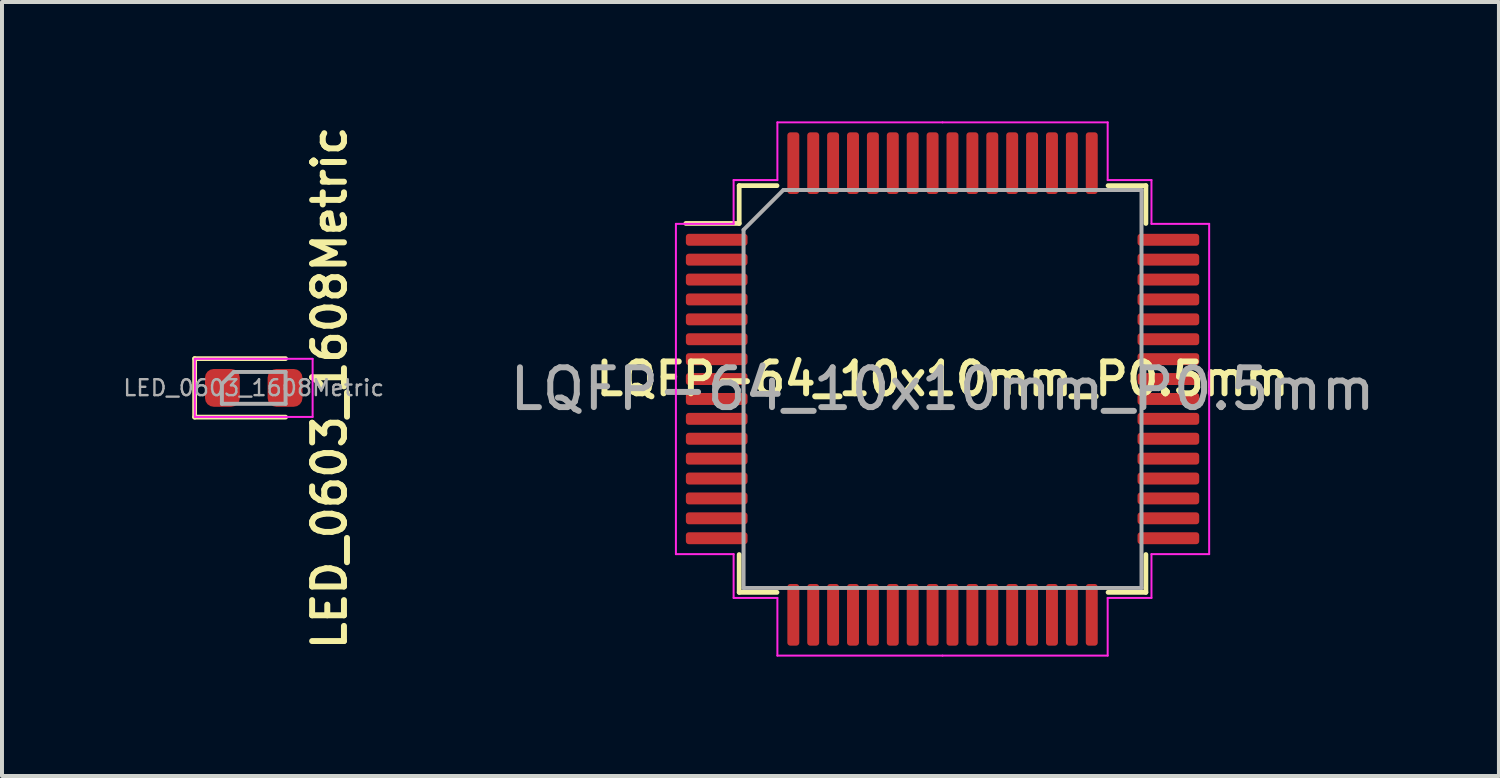
<source format=kicad_pcb>
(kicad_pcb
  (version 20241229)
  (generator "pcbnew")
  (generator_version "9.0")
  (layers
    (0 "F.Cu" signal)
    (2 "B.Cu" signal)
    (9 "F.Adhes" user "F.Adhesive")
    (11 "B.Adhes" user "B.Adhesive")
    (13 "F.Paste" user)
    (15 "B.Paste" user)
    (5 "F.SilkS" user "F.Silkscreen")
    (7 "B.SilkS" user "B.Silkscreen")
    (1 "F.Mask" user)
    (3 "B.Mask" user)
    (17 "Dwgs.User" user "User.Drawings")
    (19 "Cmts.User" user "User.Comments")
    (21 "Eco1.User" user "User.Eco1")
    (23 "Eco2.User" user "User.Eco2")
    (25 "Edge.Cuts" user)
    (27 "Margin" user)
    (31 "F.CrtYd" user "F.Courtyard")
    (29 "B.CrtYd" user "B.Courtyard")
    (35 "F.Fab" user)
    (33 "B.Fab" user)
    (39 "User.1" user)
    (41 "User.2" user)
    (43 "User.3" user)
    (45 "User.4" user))
  (footprint "LQFP-64_10x10mm_P0.5mm"
    (layer "F.Cu")
    (at 20.635 6.725)
    (property "Reference" "LQFP-64_10x10mm_P0.5mm" (at 0 -0.254 180) (layer "F.SilkS") (effects (font (size 0.8 0.8) (thickness 0.15))))
    (attr smd)
    (fp_line (start -5.11 -5.11) (end -5.11 -4.16) (stroke (width 0.12) (type solid)) (layer "F.SilkS"))
    (fp_line (start -5.11 -4.16) (end -6.45 -4.16) (stroke (width 0.12) (type solid)) (layer "F.SilkS"))
    (fp_line (start -5.11 5.11) (end -5.11 4.16) (stroke (width 0.12) (type solid)) (layer "F.SilkS"))
    (fp_line (start -4.16 -5.11) (end -5.11 -5.11) (stroke (width 0.12) (type solid)) (layer "F.SilkS"))
    (fp_line (start -4.16 5.11) (end -5.11 5.11) (stroke (width 0.12) (type solid)) (layer "F.SilkS"))
    (fp_line (start 4.16 -5.11) (end 5.11 -5.11) (stroke (width 0.12) (type solid)) (layer "F.SilkS"))
    (fp_line (start 4.16 5.11) (end 5.11 5.11) (stroke (width 0.12) (type solid)) (layer "F.SilkS"))
    (fp_line (start 5.11 -5.11) (end 5.11 -4.16) (stroke (width 0.12) (type solid)) (layer "F.SilkS"))
    (fp_line (start 5.11 5.11) (end 5.11 4.16) (stroke (width 0.12) (type solid)) (layer "F.SilkS"))
    (fp_line (start -6.7 -4.15) (end -6.7 0) (stroke (width 0.05) (type solid)) (layer "F.CrtYd"))
    (fp_line (start -6.7 4.15) (end -6.7 0) (stroke (width 0.05) (type solid)) (layer "F.CrtYd"))
    (fp_line (start -5.25 -5.25) (end -5.25 -4.15) (stroke (width 0.05) (type solid)) (layer "F.CrtYd"))
    (fp_line (start -5.25 -4.15) (end -6.7 -4.15) (stroke (width 0.05) (type solid)) (layer "F.CrtYd"))
    (fp_line (start -5.25 4.15) (end -6.7 4.15) (stroke (width 0.05) (type solid)) (layer "F.CrtYd"))
    (fp_line (start -5.25 5.25) (end -5.25 4.15) (stroke (width 0.05) (type solid)) (layer "F.CrtYd"))
    (fp_line (start -4.15 -6.7) (end -4.15 -5.25) (stroke (width 0.05) (type solid)) (layer "F.CrtYd"))
    (fp_line (start -4.15 -5.25) (end -5.25 -5.25) (stroke (width 0.05) (type solid)) (layer "F.CrtYd"))
    (fp_line (start -4.15 5.25) (end -5.25 5.25) (stroke (width 0.05) (type solid)) (layer "F.CrtYd"))
    (fp_line (start -4.15 6.7) (end -4.15 5.25) (stroke (width 0.05) (type solid)) (layer "F.CrtYd"))
    (fp_line (start 0 -6.7) (end -4.15 -6.7) (stroke (width 0.05) (type solid)) (layer "F.CrtYd"))
    (fp_line (start 0 -6.7) (end 4.15 -6.7) (stroke (width 0.05) (type solid)) (layer "F.CrtYd"))
    (fp_line (start 0 6.7) (end -4.15 6.7) (stroke (width 0.05) (type solid)) (layer "F.CrtYd"))
    (fp_line (start 0 6.7) (end 4.15 6.7) (stroke (width 0.05) (type solid)) (layer "F.CrtYd"))
    (fp_line (start 4.15 -6.7) (end 4.15 -5.25) (stroke (width 0.05) (type solid)) (layer "F.CrtYd"))
    (fp_line (start 4.15 -5.25) (end 5.25 -5.25) (stroke (width 0.05) (type solid)) (layer "F.CrtYd"))
    (fp_line (start 4.15 5.25) (end 5.25 5.25) (stroke (width 0.05) (type solid)) (layer "F.CrtYd"))
    (fp_line (start 4.15 6.7) (end 4.15 5.25) (stroke (width 0.05) (type solid)) (layer "F.CrtYd"))
    (fp_line (start 5.25 -5.25) (end 5.25 -4.15) (stroke (width 0.05) (type solid)) (layer "F.CrtYd"))
    (fp_line (start 5.25 -4.15) (end 6.7 -4.15) (stroke (width 0.05) (type solid)) (layer "F.CrtYd"))
    (fp_line (start 5.25 4.15) (end 6.7 4.15) (stroke (width 0.05) (type solid)) (layer "F.CrtYd"))
    (fp_line (start 5.25 5.25) (end 5.25 4.15) (stroke (width 0.05) (type solid)) (layer "F.CrtYd"))
    (fp_line (start 6.7 -4.15) (end 6.7 0) (stroke (width 0.05) (type solid)) (layer "F.CrtYd"))
    (fp_line (start 6.7 4.15) (end 6.7 0) (stroke (width 0.05) (type solid)) (layer "F.CrtYd"))
    (fp_line (start -5 -4) (end -4 -5) (stroke (width 0.1) (type solid)) (layer "F.Fab"))
    (fp_line (start -5 5) (end -5 -4) (stroke (width 0.1) (type solid)) (layer "F.Fab"))
    (fp_line (start -4 -5) (end 5 -5) (stroke (width 0.1) (type solid)) (layer "F.Fab"))
    (fp_line (start 5 -5) (end 5 5) (stroke (width 0.1) (type solid)) (layer "F.Fab"))
    (fp_line (start 5 5) (end -5 5) (stroke (width 0.1) (type solid)) (layer "F.Fab"))
    (fp_text user "${REFERENCE}" (at 0 0 180) (layer "F.Fab") (effects (font (size 1 1) (thickness 0.15))))
    (pad "1" smd roundrect (at -5.675 -3.75) (size 1.55 0.3) (layers "F.Cu" "F.Mask" "F.Paste") (roundrect_rratio 0.25))
    (pad "2" smd roundrect (at -5.675 -3.25) (size 1.55 0.3) (layers "F.Cu" "F.Mask" "F.Paste") (roundrect_rratio 0.25))
    (pad "3" smd roundrect (at -5.675 -2.75) (size 1.55 0.3) (layers "F.Cu" "F.Mask" "F.Paste") (roundrect_rratio 0.25))
    (pad "4" smd roundrect (at -5.675 -2.25) (size 1.55 0.3) (layers "F.Cu" "F.Mask" "F.Paste") (roundrect_rratio 0.25))
    (pad "5" smd roundrect (at -5.675 -1.75) (size 1.55 0.3) (layers "F.Cu" "F.Mask" "F.Paste") (roundrect_rratio 0.25))
    (pad "6" smd roundrect (at -5.675 -1.25) (size 1.55 0.3) (layers "F.Cu" "F.Mask" "F.Paste") (roundrect_rratio 0.25))
    (pad "7" smd roundrect (at -5.675 -0.75) (size 1.55 0.3) (layers "F.Cu" "F.Mask" "F.Paste") (roundrect_rratio 0.25))
    (pad "8" smd roundrect (at -5.675 -0.25) (size 1.55 0.3) (layers "F.Cu" "F.Mask" "F.Paste") (roundrect_rratio 0.25))
    (pad "9" smd roundrect (at -5.675 0.25) (size 1.55 0.3) (layers "F.Cu" "F.Mask" "F.Paste") (roundrect_rratio 0.25))
    (pad "10" smd roundrect (at -5.675 0.75) (size 1.55 0.3) (layers "F.Cu" "F.Mask" "F.Paste") (roundrect_rratio 0.25))
    (pad "11" smd roundrect (at -5.675 1.25) (size 1.55 0.3) (layers "F.Cu" "F.Mask" "F.Paste") (roundrect_rratio 0.25))
    (pad "12" smd roundrect (at -5.675 1.75) (size 1.55 0.3) (layers "F.Cu" "F.Mask" "F.Paste") (roundrect_rratio 0.25))
    (pad "13" smd roundrect (at -5.675 2.25) (size 1.55 0.3) (layers "F.Cu" "F.Mask" "F.Paste") (roundrect_rratio 0.25))
    (pad "14" smd roundrect (at -5.675 2.75) (size 1.55 0.3) (layers "F.Cu" "F.Mask" "F.Paste") (roundrect_rratio 0.25))
    (pad "15" smd roundrect (at -5.675 3.25) (size 1.55 0.3) (layers "F.Cu" "F.Mask" "F.Paste") (roundrect_rratio 0.25))
    (pad "16" smd roundrect (at -5.675 3.75) (size 1.55 0.3) (layers "F.Cu" "F.Mask" "F.Paste") (roundrect_rratio 0.25))
    (pad "17" smd roundrect (at -3.75 5.675) (size 0.3 1.55) (layers "F.Cu" "F.Mask" "F.Paste") (roundrect_rratio 0.25))
    (pad "18" smd roundrect (at -3.25 5.675) (size 0.3 1.55) (layers "F.Cu" "F.Mask" "F.Paste") (roundrect_rratio 0.25))
    (pad "19" smd roundrect (at -2.75 5.675) (size 0.3 1.55) (layers "F.Cu" "F.Mask" "F.Paste") (roundrect_rratio 0.25))
    (pad "20" smd roundrect (at -2.25 5.675) (size 0.3 1.55) (layers "F.Cu" "F.Mask" "F.Paste") (roundrect_rratio 0.25))
    (pad "21" smd roundrect (at -1.75 5.675) (size 0.3 1.55) (layers "F.Cu" "F.Mask" "F.Paste") (roundrect_rratio 0.25))
    (pad "22" smd roundrect (at -1.25 5.675) (size 0.3 1.55) (layers "F.Cu" "F.Mask" "F.Paste") (roundrect_rratio 0.25))
    (pad "23" smd roundrect (at -0.75 5.675) (size 0.3 1.55) (layers "F.Cu" "F.Mask" "F.Paste") (roundrect_rratio 0.25))
    (pad "24" smd roundrect (at -0.25 5.675) (size 0.3 1.55) (layers "F.Cu" "F.Mask" "F.Paste") (roundrect_rratio 0.25))
    (pad "25" smd roundrect (at 0.25 5.675) (size 0.3 1.55) (layers "F.Cu" "F.Mask" "F.Paste") (roundrect_rratio 0.25))
    (pad "26" smd roundrect (at 0.75 5.675) (size 0.3 1.55) (layers "F.Cu" "F.Mask" "F.Paste") (roundrect_rratio 0.25))
    (pad "27" smd roundrect (at 1.25 5.675) (size 0.3 1.55) (layers "F.Cu" "F.Mask" "F.Paste") (roundrect_rratio 0.25))
    (pad "28" smd roundrect (at 1.75 5.675) (size 0.3 1.55) (layers "F.Cu" "F.Mask" "F.Paste") (roundrect_rratio 0.25))
    (pad "29" smd roundrect (at 2.25 5.675) (size 0.3 1.55) (layers "F.Cu" "F.Mask" "F.Paste") (roundrect_rratio 0.25))
    (pad "30" smd roundrect (at 2.75 5.675) (size 0.3 1.55) (layers "F.Cu" "F.Mask" "F.Paste") (roundrect_rratio 0.25))
    (pad "31" smd roundrect (at 3.25 5.675) (size 0.3 1.55) (layers "F.Cu" "F.Mask" "F.Paste") (roundrect_rratio 0.25))
    (pad "32" smd roundrect (at 3.75 5.675) (size 0.3 1.55) (layers "F.Cu" "F.Mask" "F.Paste") (roundrect_rratio 0.25))
    (pad "33" smd roundrect (at 5.675 3.75) (size 1.55 0.3) (layers "F.Cu" "F.Mask" "F.Paste") (roundrect_rratio 0.25))
    (pad "34" smd roundrect (at 5.675 3.25) (size 1.55 0.3) (layers "F.Cu" "F.Mask" "F.Paste") (roundrect_rratio 0.25))
    (pad "35" smd roundrect (at 5.675 2.75) (size 1.55 0.3) (layers "F.Cu" "F.Mask" "F.Paste") (roundrect_rratio 0.25))
    (pad "36" smd roundrect (at 5.675 2.25) (size 1.55 0.3) (layers "F.Cu" "F.Mask" "F.Paste") (roundrect_rratio 0.25))
    (pad "37" smd roundrect (at 5.675 1.75) (size 1.55 0.3) (layers "F.Cu" "F.Mask" "F.Paste") (roundrect_rratio 0.25))
    (pad "38" smd roundrect (at 5.675 1.25) (size 1.55 0.3) (layers "F.Cu" "F.Mask" "F.Paste") (roundrect_rratio 0.25))
    (pad "39" smd roundrect (at 5.675 0.75) (size 1.55 0.3) (layers "F.Cu" "F.Mask" "F.Paste") (roundrect_rratio 0.25))
    (pad "40" smd roundrect (at 5.675 0.25) (size 1.55 0.3) (layers "F.Cu" "F.Mask" "F.Paste") (roundrect_rratio 0.25))
    (pad "41" smd roundrect (at 5.675 -0.25) (size 1.55 0.3) (layers "F.Cu" "F.Mask" "F.Paste") (roundrect_rratio 0.25))
    (pad "42" smd roundrect (at 5.675 -0.75) (size 1.55 0.3) (layers "F.Cu" "F.Mask" "F.Paste") (roundrect_rratio 0.25))
    (pad "43" smd roundrect (at 5.675 -1.25) (size 1.55 0.3) (layers "F.Cu" "F.Mask" "F.Paste") (roundrect_rratio 0.25))
    (pad "44" smd roundrect (at 5.675 -1.75) (size 1.55 0.3) (layers "F.Cu" "F.Mask" "F.Paste") (roundrect_rratio 0.25))
    (pad "45" smd roundrect (at 5.675 -2.25) (size 1.55 0.3) (layers "F.Cu" "F.Mask" "F.Paste") (roundrect_rratio 0.25))
    (pad "46" smd roundrect (at 5.675 -2.75) (size 1.55 0.3) (layers "F.Cu" "F.Mask" "F.Paste") (roundrect_rratio 0.25))
    (pad "47" smd roundrect (at 5.675 -3.25) (size 1.55 0.3) (layers "F.Cu" "F.Mask" "F.Paste") (roundrect_rratio 0.25))
    (pad "48" smd roundrect (at 5.675 -3.75) (size 1.55 0.3) (layers "F.Cu" "F.Mask" "F.Paste") (roundrect_rratio 0.25))
    (pad "49" smd roundrect (at 3.75 -5.675) (size 0.3 1.55) (layers "F.Cu" "F.Mask" "F.Paste") (roundrect_rratio 0.25))
    (pad "50" smd roundrect (at 3.25 -5.675) (size 0.3 1.55) (layers "F.Cu" "F.Mask" "F.Paste") (roundrect_rratio 0.25))
    (pad "51" smd roundrect (at 2.75 -5.675) (size 0.3 1.55) (layers "F.Cu" "F.Mask" "F.Paste") (roundrect_rratio 0.25))
    (pad "52" smd roundrect (at 2.25 -5.675) (size 0.3 1.55) (layers "F.Cu" "F.Mask" "F.Paste") (roundrect_rratio 0.25))
    (pad "53" smd roundrect (at 1.75 -5.675) (size 0.3 1.55) (layers "F.Cu" "F.Mask" "F.Paste") (roundrect_rratio 0.25))
    (pad "54" smd roundrect (at 1.25 -5.675) (size 0.3 1.55) (layers "F.Cu" "F.Mask" "F.Paste") (roundrect_rratio 0.25))
    (pad "55" smd roundrect (at 0.75 -5.675) (size 0.3 1.55) (layers "F.Cu" "F.Mask" "F.Paste") (roundrect_rratio 0.25))
    (pad "56" smd roundrect (at 0.25 -5.675) (size 0.3 1.55) (layers "F.Cu" "F.Mask" "F.Paste") (roundrect_rratio 0.25))
    (pad "57" smd roundrect (at -0.25 -5.675) (size 0.3 1.55) (layers "F.Cu" "F.Mask" "F.Paste") (roundrect_rratio 0.25))
    (pad "58" smd roundrect (at -0.75 -5.675) (size 0.3 1.55) (layers "F.Cu" "F.Mask" "F.Paste") (roundrect_rratio 0.25))
    (pad "59" smd roundrect (at -1.25 -5.675) (size 0.3 1.55) (layers "F.Cu" "F.Mask" "F.Paste") (roundrect_rratio 0.25))
    (pad "60" smd roundrect (at -1.75 -5.675) (size 0.3 1.55) (layers "F.Cu" "F.Mask" "F.Paste") (roundrect_rratio 0.25))
    (pad "61" smd roundrect (at -2.25 -5.675) (size 0.3 1.55) (layers "F.Cu" "F.Mask" "F.Paste") (roundrect_rratio 0.25))
    (pad "62" smd roundrect (at -2.75 -5.675) (size 0.3 1.55) (layers "F.Cu" "F.Mask" "F.Paste") (roundrect_rratio 0.25))
    (pad "63" smd roundrect (at -3.25 -5.675) (size 0.3 1.55) (layers "F.Cu" "F.Mask" "F.Paste") (roundrect_rratio 0.25))
    (pad "64" smd roundrect (at -3.75 -5.675) (size 0.3 1.55) (layers "F.Cu" "F.Mask" "F.Paste") (roundrect_rratio 0.25)))
  (footprint "LED_0603_1608Metric"
    (layer "F.Cu")
    (at 3.326 6.697)
    (property "Reference" "LED_0603_1608Metric" (at 1.905 0 270) (layer "F.SilkS") (effects (font (size 0.8 0.8) (thickness 0.15))))
    (attr smd)
    (fp_line (start -1.485 -0.735) (end -1.485 0.735) (stroke (width 0.12) (type solid)) (layer "F.SilkS"))
    (fp_line (start -1.485 0.735) (end 0.8 0.735) (stroke (width 0.12) (type solid)) (layer "F.SilkS"))
    (fp_line (start 0.8 -0.735) (end -1.485 -0.735) (stroke (width 0.12) (type solid)) (layer "F.SilkS"))
    (fp_line (start -1.48 -0.73) (end 1.48 -0.73) (stroke (width 0.05) (type solid)) (layer "F.CrtYd"))
    (fp_line (start -1.48 0.73) (end -1.48 -0.73) (stroke (width 0.05) (type solid)) (layer "F.CrtYd"))
    (fp_line (start 1.48 -0.73) (end 1.48 0.73) (stroke (width 0.05) (type solid)) (layer "F.CrtYd"))
    (fp_line (start 1.48 0.73) (end -1.48 0.73) (stroke (width 0.05) (type solid)) (layer "F.CrtYd"))
    (fp_line (start -0.8 -0.1) (end -0.8 0.4) (stroke (width 0.1) (type solid)) (layer "F.Fab"))
    (fp_line (start -0.8 0.4) (end 0.8 0.4) (stroke (width 0.1) (type solid)) (layer "F.Fab"))
    (fp_line (start -0.5 -0.4) (end -0.8 -0.1) (stroke (width 0.1) (type solid)) (layer "F.Fab"))
    (fp_line (start 0.8 -0.4) (end -0.5 -0.4) (stroke (width 0.1) (type solid)) (layer "F.Fab"))
    (fp_line (start 0.8 0.4) (end 0.8 -0.4) (stroke (width 0.1) (type solid)) (layer "F.Fab"))
    (fp_text user "${REFERENCE}" (at 0 0 180) (layer "F.Fab") (effects (font (size 0.4 0.4) (thickness 0.06))))
    (pad "1" smd roundrect (at -0.787 0) (size 0.875 0.95) (layers "F.Cu" "F.Mask" "F.Paste") (roundrect_rratio 0.25))
    (pad "2" smd roundrect (at 0.787 0) (size 0.875 0.95) (layers "F.Cu" "F.Mask" "F.Paste") (roundrect_rratio 0.25)))
  (gr_rect
    (start -3 -3)
    (end 34.617 16.45)
    (stroke (width 0.1) (type default))
    (fill no)
    (layer "Edge.Cuts")))
</source>
